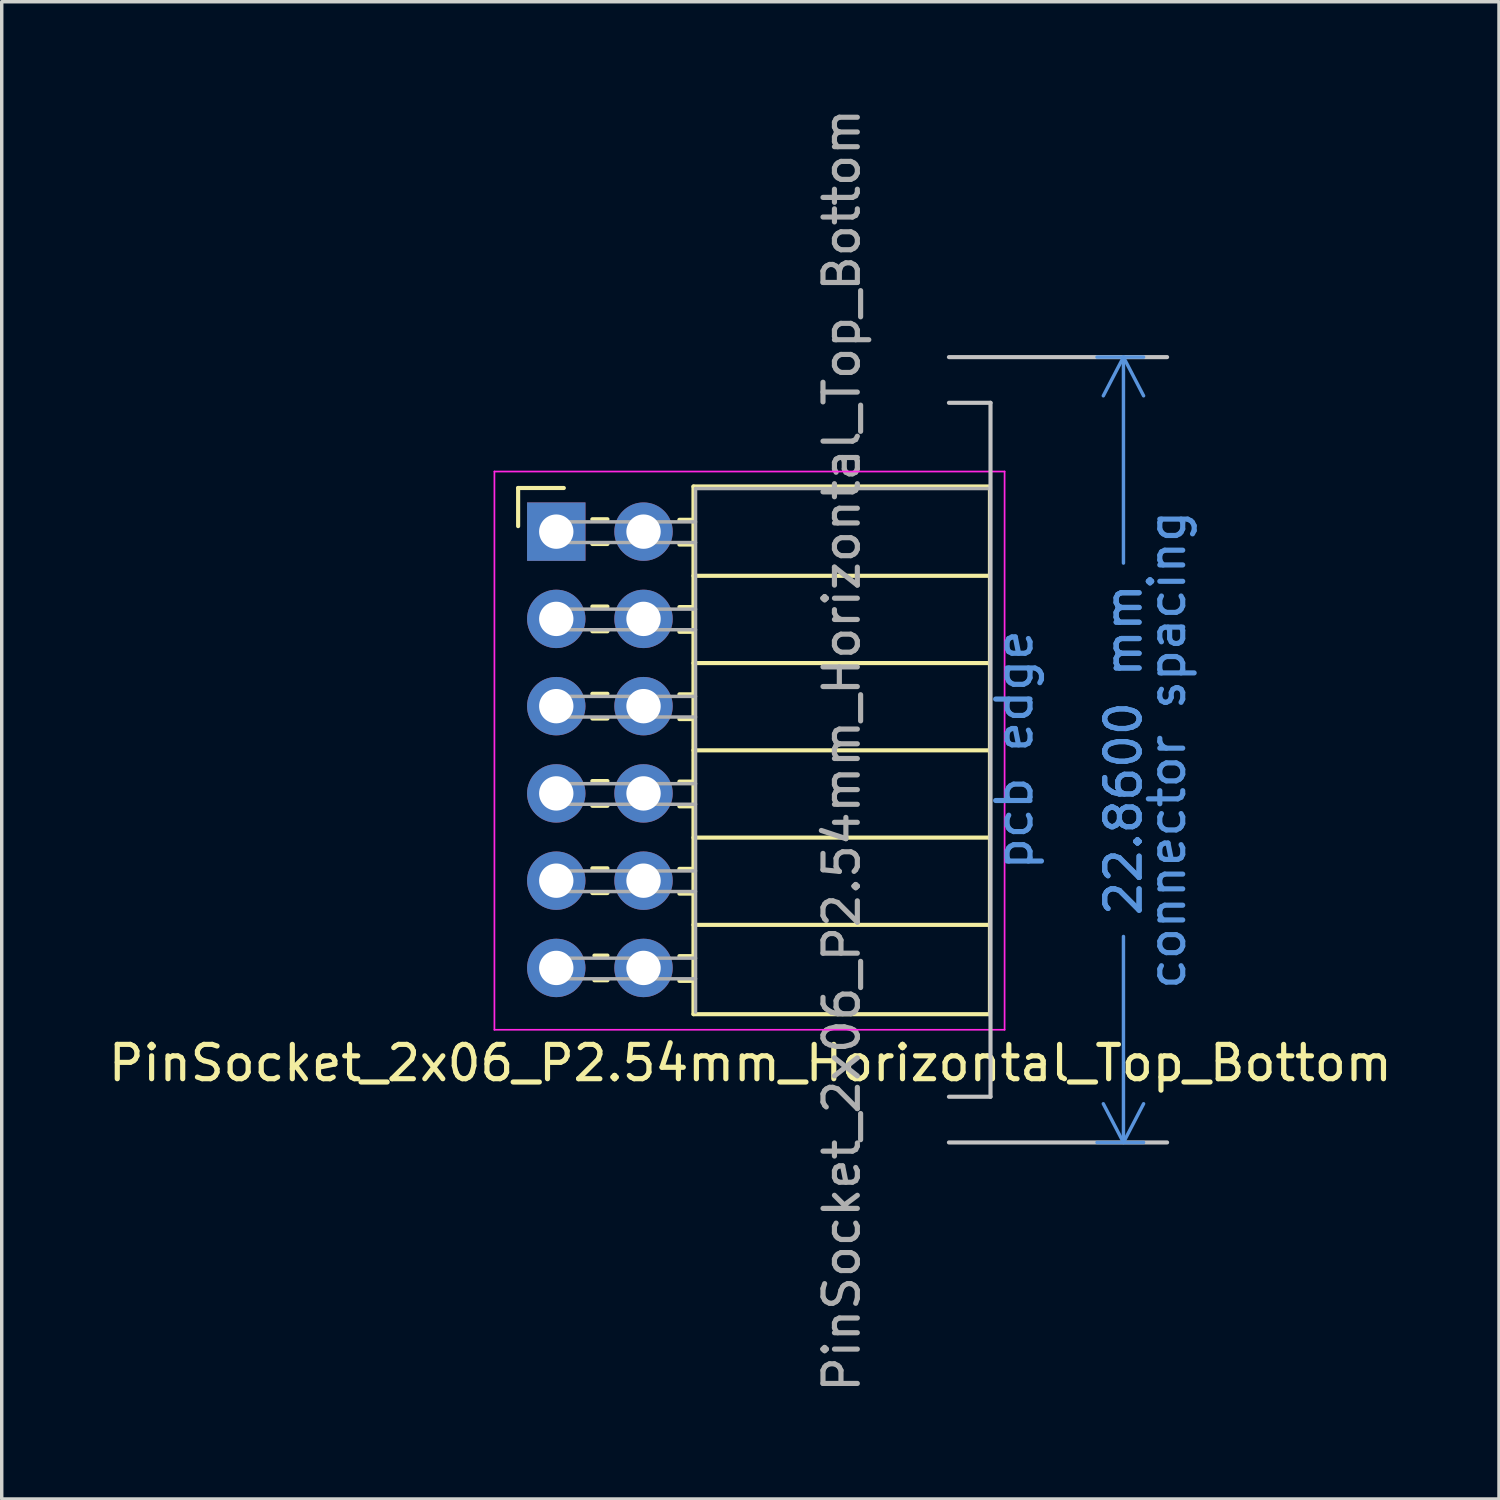
<source format=kicad_pcb>
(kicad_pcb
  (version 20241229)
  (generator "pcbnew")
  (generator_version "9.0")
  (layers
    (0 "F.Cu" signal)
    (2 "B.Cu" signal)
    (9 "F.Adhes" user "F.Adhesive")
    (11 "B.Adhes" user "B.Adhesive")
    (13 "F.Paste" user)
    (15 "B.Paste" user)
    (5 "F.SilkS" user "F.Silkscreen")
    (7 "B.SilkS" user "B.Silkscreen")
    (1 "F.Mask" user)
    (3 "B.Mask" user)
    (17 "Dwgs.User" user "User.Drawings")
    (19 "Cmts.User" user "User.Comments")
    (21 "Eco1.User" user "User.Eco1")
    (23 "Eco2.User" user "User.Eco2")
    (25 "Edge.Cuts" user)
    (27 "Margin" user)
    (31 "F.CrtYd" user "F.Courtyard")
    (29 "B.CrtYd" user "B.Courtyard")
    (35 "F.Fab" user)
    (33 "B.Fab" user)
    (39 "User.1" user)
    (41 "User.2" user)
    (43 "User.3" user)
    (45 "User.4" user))
  (footprint "PinSocket_2x06_P2.54mm_Horizontal_Top_Bottom"
    (layer "F.Cu")
    (at 13.142 12.425)
    (property "Reference" "PinSocket_2x06_P2.54mm_Horizontal_Top_Bottom" (at 5.65 15.47 180) (layer "F.SilkS") (effects (font (size 1 1) (thickness 0.15))))
    (attr through_hole)
    (fp_line (start -1.11 -1.27) (end 0.22 -1.27) (stroke (width 0.12) (type solid)) (layer "F.SilkS"))
    (fp_line (start -1.11 -0.16) (end -1.11 -1.27) (stroke (width 0.12) (type solid)) (layer "F.SilkS"))
    (fp_line (start 1.49 -0.36) (end 1.05 -0.36) (stroke (width 0.12) (type solid)) (layer "F.SilkS"))
    (fp_line (start 1.49 0.36) (end 1.05 0.36) (stroke (width 0.12) (type solid)) (layer "F.SilkS"))
    (fp_line (start 1.49 2.18) (end 1.05 2.18) (stroke (width 0.12) (type solid)) (layer "F.SilkS"))
    (fp_line (start 1.49 2.9) (end 1.05 2.9) (stroke (width 0.12) (type solid)) (layer "F.SilkS"))
    (fp_line (start 1.49 4.72) (end 1.05 4.72) (stroke (width 0.12) (type solid)) (layer "F.SilkS"))
    (fp_line (start 1.49 5.44) (end 1.05 5.44) (stroke (width 0.12) (type solid)) (layer "F.SilkS"))
    (fp_line (start 1.49 7.26) (end 1.05 7.26) (stroke (width 0.12) (type solid)) (layer "F.SilkS"))
    (fp_line (start 1.49 7.98) (end 1.05 7.98) (stroke (width 0.12) (type solid)) (layer "F.SilkS"))
    (fp_line (start 1.49 9.8) (end 1.05 9.8) (stroke (width 0.12) (type solid)) (layer "F.SilkS"))
    (fp_line (start 1.49 10.52) (end 1.05 10.52) (stroke (width 0.12) (type solid)) (layer "F.SilkS"))
    (fp_line (start 1.49 12.34) (end 1.11 12.34) (stroke (width 0.12) (type solid)) (layer "F.SilkS"))
    (fp_line (start 1.49 13.06) (end 1.11 13.06) (stroke (width 0.12) (type solid)) (layer "F.SilkS"))
    (fp_line (start 3.994 -0.344) (end 3.584 -0.344) (stroke (width 0.12) (type solid)) (layer "F.SilkS"))
    (fp_line (start 3.994 0.376) (end 3.584 0.376) (stroke (width 0.12) (type solid)) (layer "F.SilkS"))
    (fp_line (start 3.994 2.196) (end 3.584 2.196) (stroke (width 0.12) (type solid)) (layer "F.SilkS"))
    (fp_line (start 3.994 2.916) (end 3.584 2.916) (stroke (width 0.12) (type solid)) (layer "F.SilkS"))
    (fp_line (start 3.994 4.736) (end 3.584 4.736) (stroke (width 0.12) (type solid)) (layer "F.SilkS"))
    (fp_line (start 3.994 5.456) (end 3.584 5.456) (stroke (width 0.12) (type solid)) (layer "F.SilkS"))
    (fp_line (start 3.994 7.276) (end 3.584 7.276) (stroke (width 0.12) (type solid)) (layer "F.SilkS"))
    (fp_line (start 3.994 7.996) (end 3.584 7.996) (stroke (width 0.12) (type solid)) (layer "F.SilkS"))
    (fp_line (start 3.994 9.816) (end 3.584 9.816) (stroke (width 0.12) (type solid)) (layer "F.SilkS"))
    (fp_line (start 3.994 10.536) (end 3.584 10.536) (stroke (width 0.12) (type solid)) (layer "F.SilkS"))
    (fp_line (start 3.994 12.356) (end 3.584 12.356) (stroke (width 0.12) (type solid)) (layer "F.SilkS"))
    (fp_line (start 3.994 13.076) (end 3.584 13.076) (stroke (width 0.12) (type solid)) (layer "F.SilkS"))
    (fp_line (start 3.994 14.046) (end 3.994 -1.314) (stroke (width 0.12) (type solid)) (layer "F.SilkS"))
    (fp_line (start 12.624 -1.314) (end 3.994 -1.314) (stroke (width 0.12) (type solid)) (layer "F.SilkS"))
    (fp_line (start 12.624 1.286) (end 3.994 1.286) (stroke (width 0.12) (type solid)) (layer "F.SilkS"))
    (fp_line (start 12.624 3.826) (end 3.994 3.826) (stroke (width 0.12) (type solid)) (layer "F.SilkS"))
    (fp_line (start 12.624 6.366) (end 3.994 6.366) (stroke (width 0.12) (type solid)) (layer "F.SilkS"))
    (fp_line (start 12.624 8.906) (end 3.994 8.906) (stroke (width 0.12) (type solid)) (layer "F.SilkS"))
    (fp_line (start 12.624 11.446) (end 3.994 11.446) (stroke (width 0.12) (type solid)) (layer "F.SilkS"))
    (fp_line (start 12.624 14.046) (end 3.994 14.046) (stroke (width 0.12) (type solid)) (layer "F.SilkS"))
    (fp_line (start 12.624 14.046) (end 12.624 -1.314) (stroke (width 0.12) (type solid)) (layer "F.SilkS"))
    (fp_line (start 11.43 -5.08) (end 17.78 -5.08) (stroke (width 0.12) (type default)) (layer "Dwgs.User"))
    (fp_line (start 11.43 16.45) (end 12.64 16.45) (stroke (width 0.12) (type default)) (layer "Dwgs.User"))
    (fp_line (start 11.43 17.78) (end 17.78 17.78) (stroke (width 0.12) (type default)) (layer "Dwgs.User"))
    (fp_line (start 12.64 -3.75) (end 11.43 -3.75) (stroke (width 0.12) (type default)) (layer "Dwgs.User"))
    (fp_line (start 12.64 -3.75) (end 12.64 16.45) (stroke (width 0.12) (type default)) (layer "Dwgs.User"))
    (fp_line (start -1.8 -1.75) (end -1.8 14.5) (stroke (width 0.05) (type solid)) (layer "F.CrtYd"))
    (fp_line (start -1.8 14.5) (end 13.05 14.5) (stroke (width 0.05) (type solid)) (layer "F.CrtYd"))
    (fp_line (start 13.05 -1.75) (end -1.8 -1.75) (stroke (width 0.05) (type solid)) (layer "F.CrtYd"))
    (fp_line (start 13.05 14.5) (end 13.05 -1.75) (stroke (width 0.05) (type solid)) (layer "F.CrtYd"))
    (fp_line (start -0.006 0.316) (end 4.054 0.316) (stroke (width 0.1) (type solid)) (layer "F.Fab"))
    (fp_line (start -0.006 2.856) (end 4.054 2.856) (stroke (width 0.1) (type solid)) (layer "F.Fab"))
    (fp_line (start -0.006 5.396) (end 4.054 5.396) (stroke (width 0.1) (type solid)) (layer "F.Fab"))
    (fp_line (start -0.006 7.936) (end 4.054 7.936) (stroke (width 0.1) (type solid)) (layer "F.Fab"))
    (fp_line (start -0.006 10.476) (end 4.054 10.476) (stroke (width 0.1) (type solid)) (layer "F.Fab"))
    (fp_line (start -0.006 13.016) (end 4.054 13.016) (stroke (width 0.1) (type solid)) (layer "F.Fab"))
    (fp_line (start 0 -0.3) (end 0 0.3) (stroke (width 0.1) (type solid)) (layer "F.Fab"))
    (fp_line (start 0 2.24) (end 0 2.84) (stroke (width 0.1) (type solid)) (layer "F.Fab"))
    (fp_line (start 0 4.78) (end 0 5.38) (stroke (width 0.1) (type solid)) (layer "F.Fab"))
    (fp_line (start 0 7.32) (end 0 7.92) (stroke (width 0.1) (type solid)) (layer "F.Fab"))
    (fp_line (start 0 9.86) (end 0 10.46) (stroke (width 0.1) (type solid)) (layer "F.Fab"))
    (fp_line (start 0 12.4) (end 0 13) (stroke (width 0.1) (type solid)) (layer "F.Fab"))
    (fp_line (start 4.054 -1.254) (end 12.564 -1.254) (stroke (width 0.1) (type solid)) (layer "F.Fab"))
    (fp_line (start 4.054 -0.284) (end -0.006 -0.284) (stroke (width 0.1) (type solid)) (layer "F.Fab"))
    (fp_line (start 4.054 2.256) (end -0.006 2.256) (stroke (width 0.1) (type solid)) (layer "F.Fab"))
    (fp_line (start 4.054 4.796) (end -0.006 4.796) (stroke (width 0.1) (type solid)) (layer "F.Fab"))
    (fp_line (start 4.054 7.336) (end -0.006 7.336) (stroke (width 0.1) (type solid)) (layer "F.Fab"))
    (fp_line (start 4.054 9.876) (end -0.006 9.876) (stroke (width 0.1) (type solid)) (layer "F.Fab"))
    (fp_line (start 4.054 12.416) (end -0.006 12.416) (stroke (width 0.1) (type solid)) (layer "F.Fab"))
    (fp_line (start 4.054 13.986) (end 4.054 -1.254) (stroke (width 0.1) (type solid)) (layer "F.Fab"))
    (fp_text user "connector spacing" (at 17.78 6.35 90) (layer "Cmts.User") (effects (font (size 1 1) (thickness 0.15))))
    (fp_text user "pcb edge" (at 13.335 6.35 90) (layer "Cmts.User") (effects (font (size 1 1) (thickness 0.15))))
    (fp_text user "${REFERENCE}" (at 8.309 6.366 270) (layer "F.Fab") (effects (font (size 1 1) (thickness 0.15))))
    (dimension (type aligned) (layer "Cmts.User") (pts (xy 28.382 7.345) (xy 28.382 30.205)) (height -1.27) (format (prefix "") (suffix "") (units 3) (units_format 1) (precision 4)) (style (thickness 0.1) (arrow_length 1.27) (text_position_mode 1) (arrow_direction outward) (extension_height 0.586) (extension_offset 0.5) (keep_text_aligned yes)) (gr_text "22.8600 mm" (at 29.652 18.775 90) (layer "Cmts.User") (effects (font (size 1 1) (thickness 0.15)))))
    (pad "1" thru_hole rect (at 0 0 180) (size 1.7 1.7) (drill 1) (layers "*.Cu" "*.Mask"))
    (pad "2" thru_hole oval (at 0 2.54 180) (size 1.7 1.7) (drill 1) (layers "*.Cu" "*.Mask"))
    (pad "3" thru_hole oval (at 0 5.08 180) (size 1.7 1.7) (drill 1) (layers "*.Cu" "*.Mask"))
    (pad "4" thru_hole oval (at 0 7.62 180) (size 1.7 1.7) (drill 1) (layers "*.Cu" "*.Mask"))
    (pad "5" thru_hole oval (at 0 10.16 180) (size 1.7 1.7) (drill 1) (layers "*.Cu" "*.Mask"))
    (pad "6" thru_hole oval (at 0 12.7 180) (size 1.7 1.7) (drill 1) (layers "*.Cu" "*.Mask"))
    (pad "7" thru_hole oval (at 2.54 0 180) (size 1.7 1.7) (drill 1) (layers "*.Cu" "*.Mask"))
    (pad "8" thru_hole oval (at 2.54 2.54 180) (size 1.7 1.7) (drill 1) (layers "*.Cu" "*.Mask"))
    (pad "9" thru_hole oval (at 2.54 5.08 180) (size 1.7 1.7) (drill 1) (layers "*.Cu" "*.Mask"))
    (pad "10" thru_hole oval (at 2.54 7.62 180) (size 1.7 1.7) (drill 1) (layers "*.Cu" "*.Mask"))
    (pad "11" thru_hole oval (at 2.54 10.16 180) (size 1.7 1.7) (drill 1) (layers "*.Cu" "*.Mask"))
    (pad "12" thru_hole oval (at 2.54 12.7 180) (size 1.7 1.7) (drill 1) (layers "*.Cu" "*.Mask")))
  (gr_rect
    (start -3 -3)
    (end 40.583 40.583)
    (stroke (width 0.1) (type default))
    (fill no)
    (layer "Edge.Cuts")))
</source>
